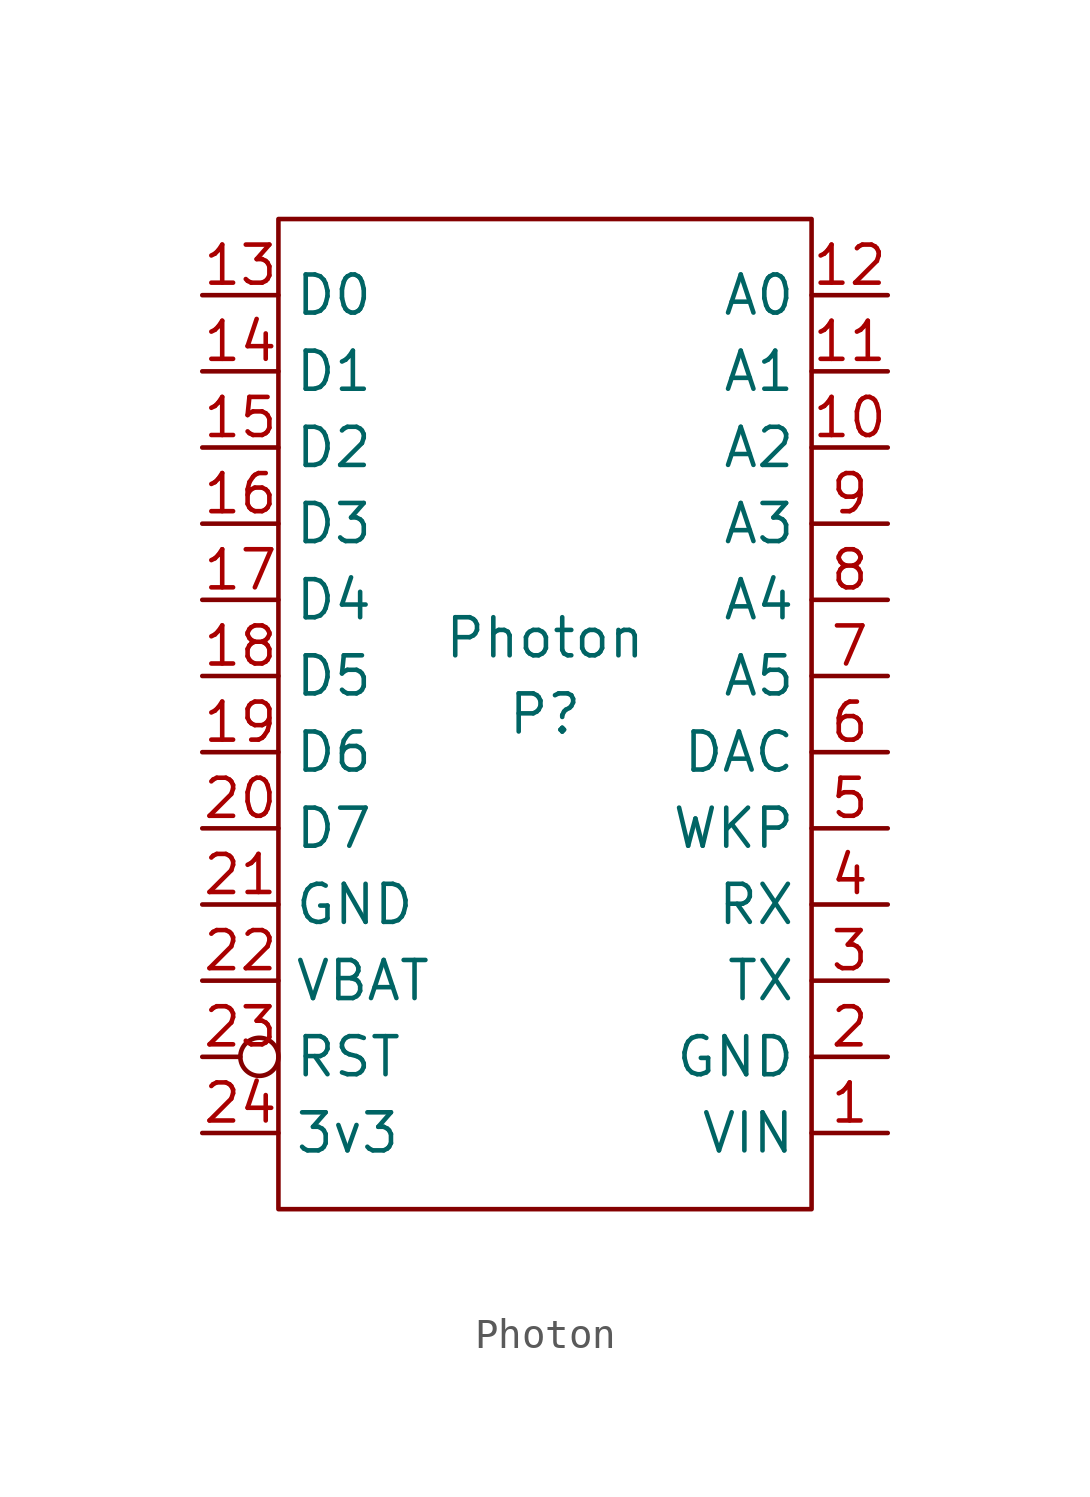
<source format=kicad_sym>
(kicad_symbol_lib
  (version 20211014)
  (generator kicad_symbol_editor)
  (symbol "Photon"
    (property "Reference" "P"
      (at 0 0 0)
      (effects (font (size 1.27 1.27))))
    (property "Value" "Photon"
      (at 0 2.54 0)
      (effects (font (size 1.27 1.27))))
    (symbol "Photon_0_1"
      (rectangle (start -8.89 16.51) (end 8.89 -16.51) (stroke (width 0) (type default) (color 0 0 0 0)) (fill (type none))))
    (symbol "Photon_1_1"
      (pin input line (at 11.43 -13.97 180) (length 2.54) (name "VIN" (effects (font (size 1.27 1.27)))) (number "1" (effects (font (size 1.27 1.27)))))
      (pin bidirectional line (at 11.43 8.89 180) (length 2.54) (name "A2" (effects (font (size 1.27 1.27)))) (number "10" (effects (font (size 1.27 1.27)))))
      (pin bidirectional line (at 11.43 11.43 180) (length 2.54) (name "A1" (effects (font (size 1.27 1.27)))) (number "11" (effects (font (size 1.27 1.27)))))
      (pin bidirectional line (at 11.43 13.97 180) (length 2.54) (name "A0" (effects (font (size 1.27 1.27)))) (number "12" (effects (font (size 1.27 1.27)))))
      (pin bidirectional line (at -11.43 13.97 0) (length 2.54) (name "D0" (effects (font (size 1.27 1.27)))) (number "13" (effects (font (size 1.27 1.27)))))
      (pin bidirectional line (at -11.43 11.43 0) (length 2.54) (name "D1" (effects (font (size 1.27 1.27)))) (number "14" (effects (font (size 1.27 1.27)))))
      (pin bidirectional line (at -11.43 8.89 0) (length 2.54) (name "D2" (effects (font (size 1.27 1.27)))) (number "15" (effects (font (size 1.27 1.27)))))
      (pin bidirectional line (at -11.43 6.35 0) (length 2.54) (name "D3" (effects (font (size 1.27 1.27)))) (number "16" (effects (font (size 1.27 1.27)))))
      (pin bidirectional line (at -11.43 3.81 0) (length 2.54) (name "D4" (effects (font (size 1.27 1.27)))) (number "17" (effects (font (size 1.27 1.27)))))
      (pin bidirectional line (at -11.43 1.27 0) (length 2.54) (name "D5" (effects (font (size 1.27 1.27)))) (number "18" (effects (font (size 1.27 1.27)))))
      (pin bidirectional line (at -11.43 -1.27 0) (length 2.54) (name "D6" (effects (font (size 1.27 1.27)))) (number "19" (effects (font (size 1.27 1.27)))))
      (pin output line (at 11.43 -11.43 180) (length 2.54) (name "GND" (effects (font (size 1.27 1.27)))) (number "2" (effects (font (size 1.27 1.27)))))
      (pin bidirectional line (at -11.43 -3.81 0) (length 2.54) (name "D7" (effects (font (size 1.27 1.27)))) (number "20" (effects (font (size 1.27 1.27)))))
      (pin output line (at -11.43 -6.35 0) (length 2.54) (name "GND" (effects (font (size 1.27 1.27)))) (number "21" (effects (font (size 1.27 1.27)))))
      (pin input line (at -11.43 -8.89 0) (length 2.54) (name "VBAT" (effects (font (size 1.27 1.27)))) (number "22" (effects (font (size 1.27 1.27)))))
      (pin input inverted (at -11.43 -11.43 0) (length 2.54) (name "RST" (effects (font (size 1.27 1.27)))) (number "23" (effects (font (size 1.27 1.27)))))
      (pin input line (at -11.43 -13.97 0) (length 2.54) (name "3v3" (effects (font (size 1.27 1.27)))) (number "24" (effects (font (size 1.27 1.27)))))
      (pin bidirectional line (at 11.43 -8.89 180) (length 2.54) (name "TX" (effects (font (size 1.27 1.27)))) (number "3" (effects (font (size 1.27 1.27)))))
      (pin bidirectional line (at 11.43 -6.35 180) (length 2.54) (name "RX" (effects (font (size 1.27 1.27)))) (number "4" (effects (font (size 1.27 1.27)))))
      (pin bidirectional line (at 11.43 -3.81 180) (length 2.54) (name "WKP" (effects (font (size 1.27 1.27)))) (number "5" (effects (font (size 1.27 1.27)))))
      (pin bidirectional line (at 11.43 -1.27 180) (length 2.54) (name "DAC" (effects (font (size 1.27 1.27)))) (number "6" (effects (font (size 1.27 1.27)))))
      (pin bidirectional line (at 11.43 1.27 180) (length 2.54) (name "A5" (effects (font (size 1.27 1.27)))) (number "7" (effects (font (size 1.27 1.27)))))
      (pin bidirectional line (at 11.43 3.81 180) (length 2.54) (name "A4" (effects (font (size 1.27 1.27)))) (number "8" (effects (font (size 1.27 1.27)))))
      (pin bidirectional line (at 11.43 6.35 180) (length 2.54) (name "A3" (effects (font (size 1.27 1.27)))) (number "9" (effects (font (size 1.27 1.27))))))))
</source>
